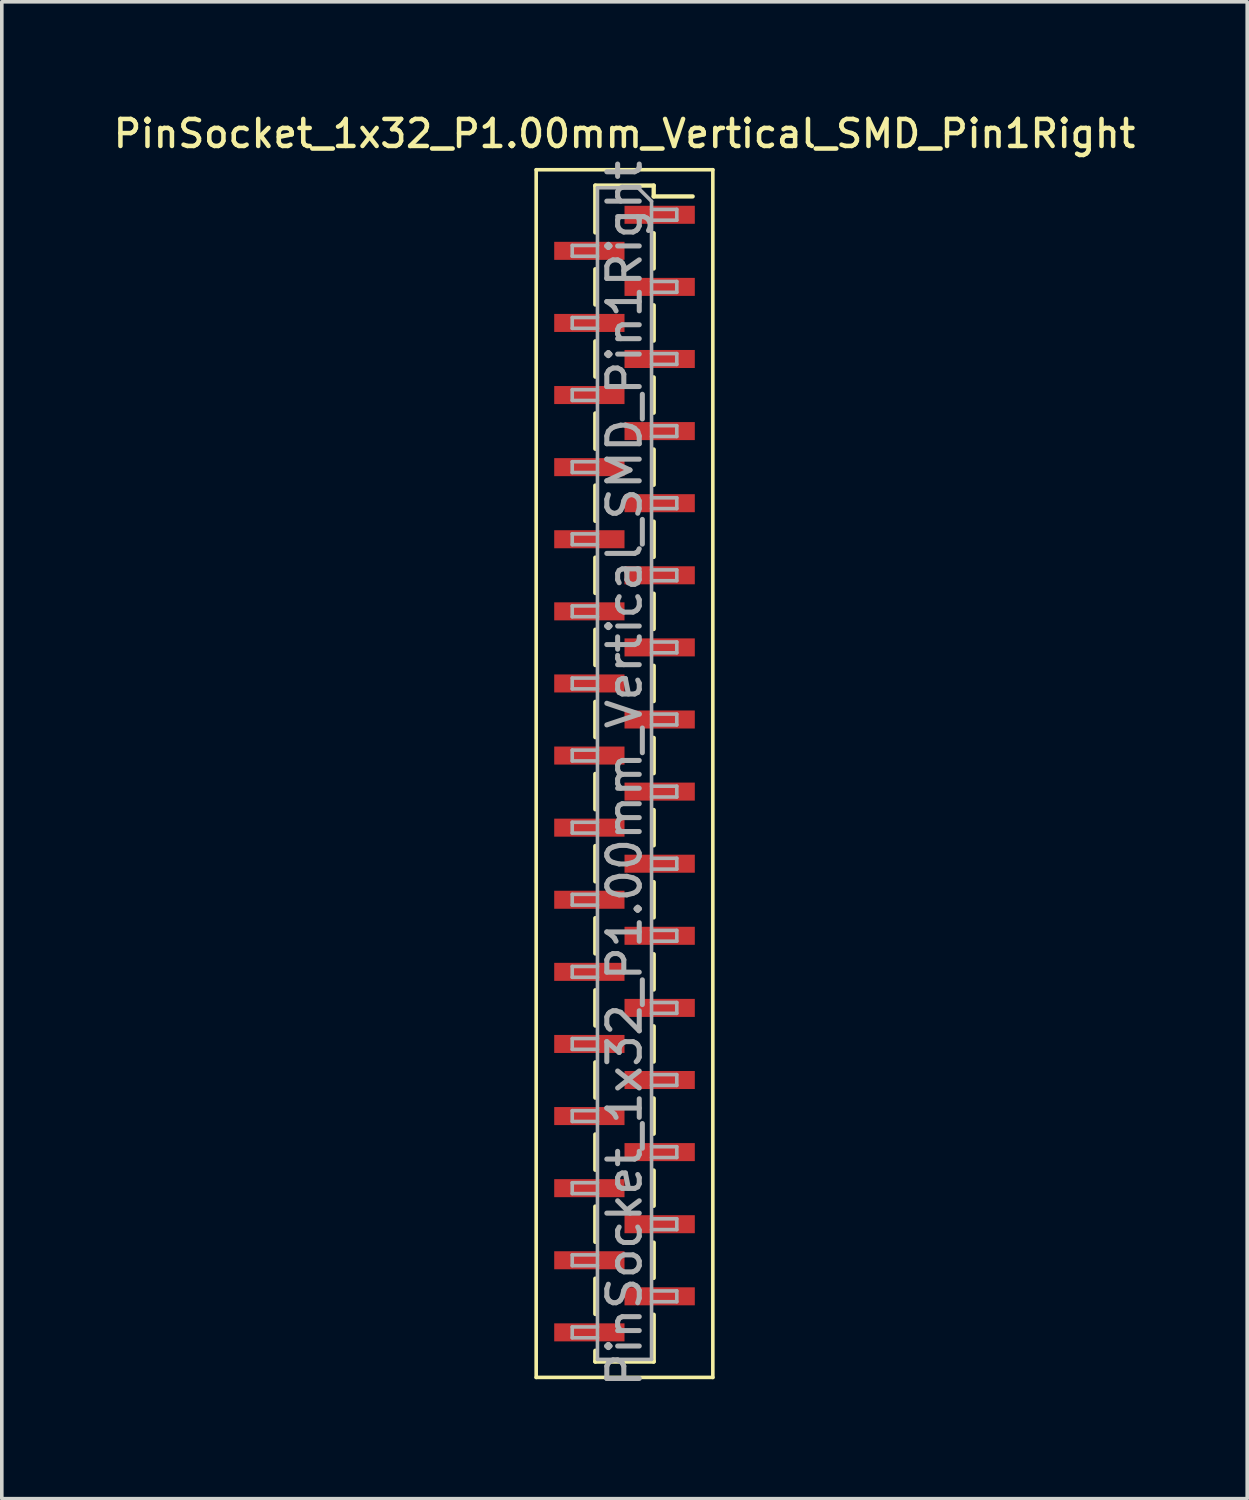
<source format=kicad_pcb>
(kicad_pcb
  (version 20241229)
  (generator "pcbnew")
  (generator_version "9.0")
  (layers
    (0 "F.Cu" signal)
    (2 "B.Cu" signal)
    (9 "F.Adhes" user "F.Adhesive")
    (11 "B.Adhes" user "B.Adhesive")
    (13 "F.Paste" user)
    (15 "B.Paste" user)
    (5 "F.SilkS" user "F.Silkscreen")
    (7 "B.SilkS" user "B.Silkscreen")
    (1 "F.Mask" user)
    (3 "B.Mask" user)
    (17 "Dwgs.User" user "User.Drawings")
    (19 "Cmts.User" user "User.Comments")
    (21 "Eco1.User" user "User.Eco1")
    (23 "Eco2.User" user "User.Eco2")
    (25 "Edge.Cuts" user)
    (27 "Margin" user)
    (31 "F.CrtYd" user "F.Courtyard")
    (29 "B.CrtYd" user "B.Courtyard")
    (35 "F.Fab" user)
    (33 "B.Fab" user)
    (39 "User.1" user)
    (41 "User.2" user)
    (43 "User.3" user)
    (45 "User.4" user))
  (footprint "PinSocket_1x32_P1.00mm_Vertical_SMD_Pin1Right"
    (layer "F.Cu")
    (at 14.273 18.408)
    (property "Reference" "PinSocket_1x32_P1.00mm_Vertical_SMD_Pin1Right" (at 0 -17.75 0) (layer "F.SilkS") (effects (font (size 0.75 0.75) (thickness 0.125))))
    (attr smd)
    (fp_line (start -2.45 -16.75) (end 2.45 -16.75) (stroke (width 0.1) (type solid)) (layer "F.SilkS"))
    (fp_line (start -2.45 16.75) (end -2.45 -16.75) (stroke (width 0.1) (type solid)) (layer "F.SilkS"))
    (fp_line (start -0.81 -16.31) (end -0.81 -15.01) (stroke (width 0.12) (type solid)) (layer "F.SilkS"))
    (fp_line (start -0.81 -16.31) (end 0.81 -16.31) (stroke (width 0.12) (type solid)) (layer "F.SilkS"))
    (fp_line (start -0.81 -13.99) (end -0.81 -13.01) (stroke (width 0.12) (type solid)) (layer "F.SilkS"))
    (fp_line (start -0.81 -11.99) (end -0.81 -11.01) (stroke (width 0.12) (type solid)) (layer "F.SilkS"))
    (fp_line (start -0.81 -9.99) (end -0.81 -9.01) (stroke (width 0.12) (type solid)) (layer "F.SilkS"))
    (fp_line (start -0.81 -7.99) (end -0.81 -7.01) (stroke (width 0.12) (type solid)) (layer "F.SilkS"))
    (fp_line (start -0.81 -5.99) (end -0.81 -5.01) (stroke (width 0.12) (type solid)) (layer "F.SilkS"))
    (fp_line (start -0.81 -3.99) (end -0.81 -3.01) (stroke (width 0.12) (type solid)) (layer "F.SilkS"))
    (fp_line (start -0.81 -1.99) (end -0.81 -1.01) (stroke (width 0.12) (type solid)) (layer "F.SilkS"))
    (fp_line (start -0.81 0.01) (end -0.81 0.99) (stroke (width 0.12) (type solid)) (layer "F.SilkS"))
    (fp_line (start -0.81 2.01) (end -0.81 2.99) (stroke (width 0.12) (type solid)) (layer "F.SilkS"))
    (fp_line (start -0.81 4.01) (end -0.81 4.99) (stroke (width 0.12) (type solid)) (layer "F.SilkS"))
    (fp_line (start -0.81 6.01) (end -0.81 6.99) (stroke (width 0.12) (type solid)) (layer "F.SilkS"))
    (fp_line (start -0.81 8.01) (end -0.81 8.99) (stroke (width 0.12) (type solid)) (layer "F.SilkS"))
    (fp_line (start -0.81 10.01) (end -0.81 10.99) (stroke (width 0.12) (type solid)) (layer "F.SilkS"))
    (fp_line (start -0.81 12.01) (end -0.81 12.99) (stroke (width 0.12) (type solid)) (layer "F.SilkS"))
    (fp_line (start -0.81 14.01) (end -0.81 14.99) (stroke (width 0.12) (type solid)) (layer "F.SilkS"))
    (fp_line (start -0.81 16.01) (end -0.81 16.31) (stroke (width 0.12) (type solid)) (layer "F.SilkS"))
    (fp_line (start -0.81 16.31) (end 0.81 16.31) (stroke (width 0.12) (type solid)) (layer "F.SilkS"))
    (fp_line (start 0.81 -16.31) (end 0.81 -16.01) (stroke (width 0.12) (type solid)) (layer "F.SilkS"))
    (fp_line (start 0.81 -16.01) (end 1.89 -16.01) (stroke (width 0.12) (type solid)) (layer "F.SilkS"))
    (fp_line (start 0.81 -14.99) (end 0.81 -14.01) (stroke (width 0.12) (type solid)) (layer "F.SilkS"))
    (fp_line (start 0.81 -12.99) (end 0.81 -12.01) (stroke (width 0.12) (type solid)) (layer "F.SilkS"))
    (fp_line (start 0.81 -10.99) (end 0.81 -10.01) (stroke (width 0.12) (type solid)) (layer "F.SilkS"))
    (fp_line (start 0.81 -8.99) (end 0.81 -8.01) (stroke (width 0.12) (type solid)) (layer "F.SilkS"))
    (fp_line (start 0.81 -6.99) (end 0.81 -6.01) (stroke (width 0.12) (type solid)) (layer "F.SilkS"))
    (fp_line (start 0.81 -4.99) (end 0.81 -4.01) (stroke (width 0.12) (type solid)) (layer "F.SilkS"))
    (fp_line (start 0.81 -2.99) (end 0.81 -2.01) (stroke (width 0.12) (type solid)) (layer "F.SilkS"))
    (fp_line (start 0.81 -0.99) (end 0.81 -0.01) (stroke (width 0.12) (type solid)) (layer "F.SilkS"))
    (fp_line (start 0.81 1.01) (end 0.81 1.99) (stroke (width 0.12) (type solid)) (layer "F.SilkS"))
    (fp_line (start 0.81 3.01) (end 0.81 3.99) (stroke (width 0.12) (type solid)) (layer "F.SilkS"))
    (fp_line (start 0.81 5.01) (end 0.81 5.99) (stroke (width 0.12) (type solid)) (layer "F.SilkS"))
    (fp_line (start 0.81 7.01) (end 0.81 7.99) (stroke (width 0.12) (type solid)) (layer "F.SilkS"))
    (fp_line (start 0.81 9.01) (end 0.81 9.99) (stroke (width 0.12) (type solid)) (layer "F.SilkS"))
    (fp_line (start 0.81 11.01) (end 0.81 11.99) (stroke (width 0.12) (type solid)) (layer "F.SilkS"))
    (fp_line (start 0.81 13.01) (end 0.81 13.99) (stroke (width 0.12) (type solid)) (layer "F.SilkS"))
    (fp_line (start 0.81 15.01) (end 0.81 16.31) (stroke (width 0.12) (type solid)) (layer "F.SilkS"))
    (fp_line (start 2.45 -16.75) (end 2.45 16.75) (stroke (width 0.1) (type solid)) (layer "F.SilkS"))
    (fp_line (start 2.45 16.75) (end -2.45 16.75) (stroke (width 0.1) (type solid)) (layer "F.SilkS"))
    (fp_line (start -1.45 -14.65) (end -0.75 -14.65) (stroke (width 0.1) (type solid)) (layer "F.Fab"))
    (fp_line (start -1.45 -14.35) (end -1.45 -14.65) (stroke (width 0.1) (type solid)) (layer "F.Fab"))
    (fp_line (start -1.45 -12.65) (end -0.75 -12.65) (stroke (width 0.1) (type solid)) (layer "F.Fab"))
    (fp_line (start -1.45 -12.35) (end -1.45 -12.65) (stroke (width 0.1) (type solid)) (layer "F.Fab"))
    (fp_line (start -1.45 -10.65) (end -0.75 -10.65) (stroke (width 0.1) (type solid)) (layer "F.Fab"))
    (fp_line (start -1.45 -10.35) (end -1.45 -10.65) (stroke (width 0.1) (type solid)) (layer "F.Fab"))
    (fp_line (start -1.45 -8.65) (end -0.75 -8.65) (stroke (width 0.1) (type solid)) (layer "F.Fab"))
    (fp_line (start -1.45 -8.35) (end -1.45 -8.65) (stroke (width 0.1) (type solid)) (layer "F.Fab"))
    (fp_line (start -1.45 -6.65) (end -0.75 -6.65) (stroke (width 0.1) (type solid)) (layer "F.Fab"))
    (fp_line (start -1.45 -6.35) (end -1.45 -6.65) (stroke (width 0.1) (type solid)) (layer "F.Fab"))
    (fp_line (start -1.45 -4.65) (end -0.75 -4.65) (stroke (width 0.1) (type solid)) (layer "F.Fab"))
    (fp_line (start -1.45 -4.35) (end -1.45 -4.65) (stroke (width 0.1) (type solid)) (layer "F.Fab"))
    (fp_line (start -1.45 -2.65) (end -0.75 -2.65) (stroke (width 0.1) (type solid)) (layer "F.Fab"))
    (fp_line (start -1.45 -2.35) (end -1.45 -2.65) (stroke (width 0.1) (type solid)) (layer "F.Fab"))
    (fp_line (start -1.45 -0.65) (end -0.75 -0.65) (stroke (width 0.1) (type solid)) (layer "F.Fab"))
    (fp_line (start -1.45 -0.35) (end -1.45 -0.65) (stroke (width 0.1) (type solid)) (layer "F.Fab"))
    (fp_line (start -1.45 1.35) (end -0.75 1.35) (stroke (width 0.1) (type solid)) (layer "F.Fab"))
    (fp_line (start -1.45 1.65) (end -1.45 1.35) (stroke (width 0.1) (type solid)) (layer "F.Fab"))
    (fp_line (start -1.45 3.35) (end -0.75 3.35) (stroke (width 0.1) (type solid)) (layer "F.Fab"))
    (fp_line (start -1.45 3.65) (end -1.45 3.35) (stroke (width 0.1) (type solid)) (layer "F.Fab"))
    (fp_line (start -1.45 5.35) (end -0.75 5.35) (stroke (width 0.1) (type solid)) (layer "F.Fab"))
    (fp_line (start -1.45 5.65) (end -1.45 5.35) (stroke (width 0.1) (type solid)) (layer "F.Fab"))
    (fp_line (start -1.45 7.35) (end -0.75 7.35) (stroke (width 0.1) (type solid)) (layer "F.Fab"))
    (fp_line (start -1.45 7.65) (end -1.45 7.35) (stroke (width 0.1) (type solid)) (layer "F.Fab"))
    (fp_line (start -1.45 9.35) (end -0.75 9.35) (stroke (width 0.1) (type solid)) (layer "F.Fab"))
    (fp_line (start -1.45 9.65) (end -1.45 9.35) (stroke (width 0.1) (type solid)) (layer "F.Fab"))
    (fp_line (start -1.45 11.35) (end -0.75 11.35) (stroke (width 0.1) (type solid)) (layer "F.Fab"))
    (fp_line (start -1.45 11.65) (end -1.45 11.35) (stroke (width 0.1) (type solid)) (layer "F.Fab"))
    (fp_line (start -1.45 13.35) (end -0.75 13.35) (stroke (width 0.1) (type solid)) (layer "F.Fab"))
    (fp_line (start -1.45 13.65) (end -1.45 13.35) (stroke (width 0.1) (type solid)) (layer "F.Fab"))
    (fp_line (start -1.45 15.35) (end -0.75 15.35) (stroke (width 0.1) (type solid)) (layer "F.Fab"))
    (fp_line (start -1.45 15.65) (end -1.45 15.35) (stroke (width 0.1) (type solid)) (layer "F.Fab"))
    (fp_line (start -0.75 -16.25) (end 0.375 -16.25) (stroke (width 0.1) (type solid)) (layer "F.Fab"))
    (fp_line (start -0.75 -14.35) (end -1.45 -14.35) (stroke (width 0.1) (type solid)) (layer "F.Fab"))
    (fp_line (start -0.75 -12.35) (end -1.45 -12.35) (stroke (width 0.1) (type solid)) (layer "F.Fab"))
    (fp_line (start -0.75 -10.35) (end -1.45 -10.35) (stroke (width 0.1) (type solid)) (layer "F.Fab"))
    (fp_line (start -0.75 -8.35) (end -1.45 -8.35) (stroke (width 0.1) (type solid)) (layer "F.Fab"))
    (fp_line (start -0.75 -6.35) (end -1.45 -6.35) (stroke (width 0.1) (type solid)) (layer "F.Fab"))
    (fp_line (start -0.75 -4.35) (end -1.45 -4.35) (stroke (width 0.1) (type solid)) (layer "F.Fab"))
    (fp_line (start -0.75 -2.35) (end -1.45 -2.35) (stroke (width 0.1) (type solid)) (layer "F.Fab"))
    (fp_line (start -0.75 -0.35) (end -1.45 -0.35) (stroke (width 0.1) (type solid)) (layer "F.Fab"))
    (fp_line (start -0.75 1.65) (end -1.45 1.65) (stroke (width 0.1) (type solid)) (layer "F.Fab"))
    (fp_line (start -0.75 3.65) (end -1.45 3.65) (stroke (width 0.1) (type solid)) (layer "F.Fab"))
    (fp_line (start -0.75 5.65) (end -1.45 5.65) (stroke (width 0.1) (type solid)) (layer "F.Fab"))
    (fp_line (start -0.75 7.65) (end -1.45 7.65) (stroke (width 0.1) (type solid)) (layer "F.Fab"))
    (fp_line (start -0.75 9.65) (end -1.45 9.65) (stroke (width 0.1) (type solid)) (layer "F.Fab"))
    (fp_line (start -0.75 11.65) (end -1.45 11.65) (stroke (width 0.1) (type solid)) (layer "F.Fab"))
    (fp_line (start -0.75 13.65) (end -1.45 13.65) (stroke (width 0.1) (type solid)) (layer "F.Fab"))
    (fp_line (start -0.75 15.65) (end -1.45 15.65) (stroke (width 0.1) (type solid)) (layer "F.Fab"))
    (fp_line (start -0.75 16.25) (end -0.75 -16.25) (stroke (width 0.1) (type solid)) (layer "F.Fab"))
    (fp_line (start 0.375 -16.25) (end 0.75 -15.875) (stroke (width 0.1) (type solid)) (layer "F.Fab"))
    (fp_line (start 0.75 -15.875) (end 0.75 16.25) (stroke (width 0.1) (type solid)) (layer "F.Fab"))
    (fp_line (start 0.75 -15.65) (end 1.45 -15.65) (stroke (width 0.1) (type solid)) (layer "F.Fab"))
    (fp_line (start 0.75 -13.65) (end 1.45 -13.65) (stroke (width 0.1) (type solid)) (layer "F.Fab"))
    (fp_line (start 0.75 -11.65) (end 1.45 -11.65) (stroke (width 0.1) (type solid)) (layer "F.Fab"))
    (fp_line (start 0.75 -9.65) (end 1.45 -9.65) (stroke (width 0.1) (type solid)) (layer "F.Fab"))
    (fp_line (start 0.75 -7.65) (end 1.45 -7.65) (stroke (width 0.1) (type solid)) (layer "F.Fab"))
    (fp_line (start 0.75 -5.65) (end 1.45 -5.65) (stroke (width 0.1) (type solid)) (layer "F.Fab"))
    (fp_line (start 0.75 -3.65) (end 1.45 -3.65) (stroke (width 0.1) (type solid)) (layer "F.Fab"))
    (fp_line (start 0.75 -1.65) (end 1.45 -1.65) (stroke (width 0.1) (type solid)) (layer "F.Fab"))
    (fp_line (start 0.75 0.35) (end 1.45 0.35) (stroke (width 0.1) (type solid)) (layer "F.Fab"))
    (fp_line (start 0.75 2.35) (end 1.45 2.35) (stroke (width 0.1) (type solid)) (layer "F.Fab"))
    (fp_line (start 0.75 4.35) (end 1.45 4.35) (stroke (width 0.1) (type solid)) (layer "F.Fab"))
    (fp_line (start 0.75 6.35) (end 1.45 6.35) (stroke (width 0.1) (type solid)) (layer "F.Fab"))
    (fp_line (start 0.75 8.35) (end 1.45 8.35) (stroke (width 0.1) (type solid)) (layer "F.Fab"))
    (fp_line (start 0.75 10.35) (end 1.45 10.35) (stroke (width 0.1) (type solid)) (layer "F.Fab"))
    (fp_line (start 0.75 12.35) (end 1.45 12.35) (stroke (width 0.1) (type solid)) (layer "F.Fab"))
    (fp_line (start 0.75 14.35) (end 1.45 14.35) (stroke (width 0.1) (type solid)) (layer "F.Fab"))
    (fp_line (start 0.75 16.25) (end -0.75 16.25) (stroke (width 0.1) (type solid)) (layer "F.Fab"))
    (fp_line (start 1.45 -15.65) (end 1.45 -15.35) (stroke (width 0.1) (type solid)) (layer "F.Fab"))
    (fp_line (start 1.45 -15.35) (end 0.75 -15.35) (stroke (width 0.1) (type solid)) (layer "F.Fab"))
    (fp_line (start 1.45 -13.65) (end 1.45 -13.35) (stroke (width 0.1) (type solid)) (layer "F.Fab"))
    (fp_line (start 1.45 -13.35) (end 0.75 -13.35) (stroke (width 0.1) (type solid)) (layer "F.Fab"))
    (fp_line (start 1.45 -11.65) (end 1.45 -11.35) (stroke (width 0.1) (type solid)) (layer "F.Fab"))
    (fp_line (start 1.45 -11.35) (end 0.75 -11.35) (stroke (width 0.1) (type solid)) (layer "F.Fab"))
    (fp_line (start 1.45 -9.65) (end 1.45 -9.35) (stroke (width 0.1) (type solid)) (layer "F.Fab"))
    (fp_line (start 1.45 -9.35) (end 0.75 -9.35) (stroke (width 0.1) (type solid)) (layer "F.Fab"))
    (fp_line (start 1.45 -7.65) (end 1.45 -7.35) (stroke (width 0.1) (type solid)) (layer "F.Fab"))
    (fp_line (start 1.45 -7.35) (end 0.75 -7.35) (stroke (width 0.1) (type solid)) (layer "F.Fab"))
    (fp_line (start 1.45 -5.65) (end 1.45 -5.35) (stroke (width 0.1) (type solid)) (layer "F.Fab"))
    (fp_line (start 1.45 -5.35) (end 0.75 -5.35) (stroke (width 0.1) (type solid)) (layer "F.Fab"))
    (fp_line (start 1.45 -3.65) (end 1.45 -3.35) (stroke (width 0.1) (type solid)) (layer "F.Fab"))
    (fp_line (start 1.45 -3.35) (end 0.75 -3.35) (stroke (width 0.1) (type solid)) (layer "F.Fab"))
    (fp_line (start 1.45 -1.65) (end 1.45 -1.35) (stroke (width 0.1) (type solid)) (layer "F.Fab"))
    (fp_line (start 1.45 -1.35) (end 0.75 -1.35) (stroke (width 0.1) (type solid)) (layer "F.Fab"))
    (fp_line (start 1.45 0.35) (end 1.45 0.65) (stroke (width 0.1) (type solid)) (layer "F.Fab"))
    (fp_line (start 1.45 0.65) (end 0.75 0.65) (stroke (width 0.1) (type solid)) (layer "F.Fab"))
    (fp_line (start 1.45 2.35) (end 1.45 2.65) (stroke (width 0.1) (type solid)) (layer "F.Fab"))
    (fp_line (start 1.45 2.65) (end 0.75 2.65) (stroke (width 0.1) (type solid)) (layer "F.Fab"))
    (fp_line (start 1.45 4.35) (end 1.45 4.65) (stroke (width 0.1) (type solid)) (layer "F.Fab"))
    (fp_line (start 1.45 4.65) (end 0.75 4.65) (stroke (width 0.1) (type solid)) (layer "F.Fab"))
    (fp_line (start 1.45 6.35) (end 1.45 6.65) (stroke (width 0.1) (type solid)) (layer "F.Fab"))
    (fp_line (start 1.45 6.65) (end 0.75 6.65) (stroke (width 0.1) (type solid)) (layer "F.Fab"))
    (fp_line (start 1.45 8.35) (end 1.45 8.65) (stroke (width 0.1) (type solid)) (layer "F.Fab"))
    (fp_line (start 1.45 8.65) (end 0.75 8.65) (stroke (width 0.1) (type solid)) (layer "F.Fab"))
    (fp_line (start 1.45 10.35) (end 1.45 10.65) (stroke (width 0.1) (type solid)) (layer "F.Fab"))
    (fp_line (start 1.45 10.65) (end 0.75 10.65) (stroke (width 0.1) (type solid)) (layer "F.Fab"))
    (fp_line (start 1.45 12.35) (end 1.45 12.65) (stroke (width 0.1) (type solid)) (layer "F.Fab"))
    (fp_line (start 1.45 12.65) (end 0.75 12.65) (stroke (width 0.1) (type solid)) (layer "F.Fab"))
    (fp_line (start 1.45 14.35) (end 1.45 14.65) (stroke (width 0.1) (type solid)) (layer "F.Fab"))
    (fp_line (start 1.45 14.65) (end 0.75 14.65) (stroke (width 0.1) (type solid)) (layer "F.Fab"))
    (fp_text user "${REFERENCE}" (at 0 0 90) (layer "F.Fab") (effects (font (size 0.9 0.9) (thickness 0.14))))
    (pad "1" smd rect (at 0.975 -15.5) (size 1.95 0.5) (layers "F.Cu" "F.Mask" "F.Paste"))
    (pad "2" smd rect (at -0.975 -14.5) (size 1.95 0.5) (layers "F.Cu" "F.Mask" "F.Paste"))
    (pad "3" smd rect (at 0.975 -13.5) (size 1.95 0.5) (layers "F.Cu" "F.Mask" "F.Paste"))
    (pad "4" smd rect (at -0.975 -12.5) (size 1.95 0.5) (layers "F.Cu" "F.Mask" "F.Paste"))
    (pad "5" smd rect (at 0.975 -11.5) (size 1.95 0.5) (layers "F.Cu" "F.Mask" "F.Paste"))
    (pad "6" smd rect (at -0.975 -10.5) (size 1.95 0.5) (layers "F.Cu" "F.Mask" "F.Paste"))
    (pad "7" smd rect (at 0.975 -9.5) (size 1.95 0.5) (layers "F.Cu" "F.Mask" "F.Paste"))
    (pad "8" smd rect (at -0.975 -8.5) (size 1.95 0.5) (layers "F.Cu" "F.Mask" "F.Paste"))
    (pad "9" smd rect (at 0.975 -7.5) (size 1.95 0.5) (layers "F.Cu" "F.Mask" "F.Paste"))
    (pad "10" smd rect (at -0.975 -6.5) (size 1.95 0.5) (layers "F.Cu" "F.Mask" "F.Paste"))
    (pad "11" smd rect (at 0.975 -5.5) (size 1.95 0.5) (layers "F.Cu" "F.Mask" "F.Paste"))
    (pad "12" smd rect (at -0.975 -4.5) (size 1.95 0.5) (layers "F.Cu" "F.Mask" "F.Paste"))
    (pad "13" smd rect (at 0.975 -3.5) (size 1.95 0.5) (layers "F.Cu" "F.Mask" "F.Paste"))
    (pad "14" smd rect (at -0.975 -2.5) (size 1.95 0.5) (layers "F.Cu" "F.Mask" "F.Paste"))
    (pad "15" smd rect (at 0.975 -1.5) (size 1.95 0.5) (layers "F.Cu" "F.Mask" "F.Paste"))
    (pad "16" smd rect (at -0.975 -0.5) (size 1.95 0.5) (layers "F.Cu" "F.Mask" "F.Paste"))
    (pad "17" smd rect (at 0.975 0.5) (size 1.95 0.5) (layers "F.Cu" "F.Mask" "F.Paste"))
    (pad "18" smd rect (at -0.975 1.5) (size 1.95 0.5) (layers "F.Cu" "F.Mask" "F.Paste"))
    (pad "19" smd rect (at 0.975 2.5) (size 1.95 0.5) (layers "F.Cu" "F.Mask" "F.Paste"))
    (pad "20" smd rect (at -0.975 3.5) (size 1.95 0.5) (layers "F.Cu" "F.Mask" "F.Paste"))
    (pad "21" smd rect (at 0.975 4.5) (size 1.95 0.5) (layers "F.Cu" "F.Mask" "F.Paste"))
    (pad "22" smd rect (at -0.975 5.5) (size 1.95 0.5) (layers "F.Cu" "F.Mask" "F.Paste"))
    (pad "23" smd rect (at 0.975 6.5) (size 1.95 0.5) (layers "F.Cu" "F.Mask" "F.Paste"))
    (pad "24" smd rect (at -0.975 7.5) (size 1.95 0.5) (layers "F.Cu" "F.Mask" "F.Paste"))
    (pad "25" smd rect (at 0.975 8.5) (size 1.95 0.5) (layers "F.Cu" "F.Mask" "F.Paste"))
    (pad "26" smd rect (at -0.975 9.5) (size 1.95 0.5) (layers "F.Cu" "F.Mask" "F.Paste"))
    (pad "27" smd rect (at 0.975 10.5) (size 1.95 0.5) (layers "F.Cu" "F.Mask" "F.Paste"))
    (pad "28" smd rect (at -0.975 11.5) (size 1.95 0.5) (layers "F.Cu" "F.Mask" "F.Paste"))
    (pad "29" smd rect (at 0.975 12.5) (size 1.95 0.5) (layers "F.Cu" "F.Mask" "F.Paste"))
    (pad "30" smd rect (at -0.975 13.5) (size 1.95 0.5) (layers "F.Cu" "F.Mask" "F.Paste"))
    (pad "31" smd rect (at 0.975 14.5) (size 1.95 0.5) (layers "F.Cu" "F.Mask" "F.Paste"))
    (pad "32" smd rect (at -0.975 15.5) (size 1.95 0.5) (layers "F.Cu" "F.Mask" "F.Paste")))
  (gr_rect
    (start -3 -3)
    (end 31.546 38.521)
    (stroke (width 0.1) (type default))
    (fill no)
    (layer "Edge.Cuts")))
</source>
